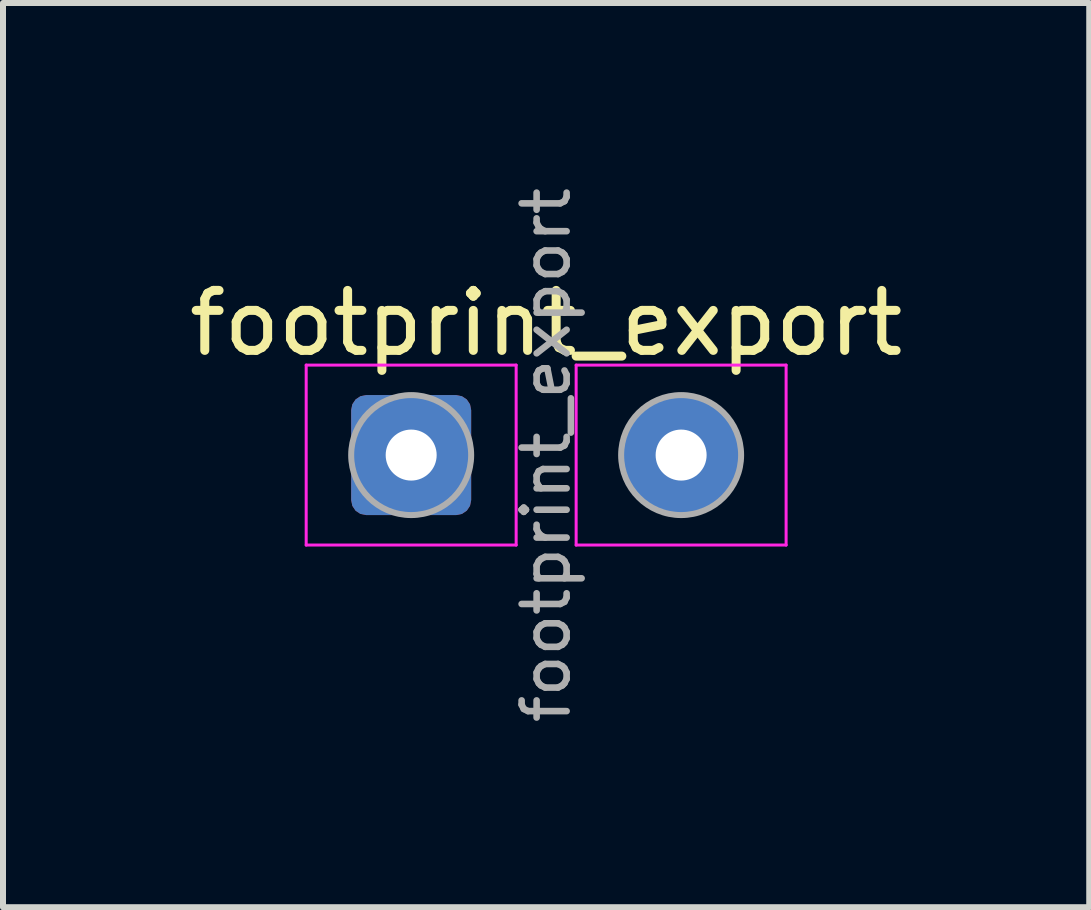
<source format=kicad_pcb>
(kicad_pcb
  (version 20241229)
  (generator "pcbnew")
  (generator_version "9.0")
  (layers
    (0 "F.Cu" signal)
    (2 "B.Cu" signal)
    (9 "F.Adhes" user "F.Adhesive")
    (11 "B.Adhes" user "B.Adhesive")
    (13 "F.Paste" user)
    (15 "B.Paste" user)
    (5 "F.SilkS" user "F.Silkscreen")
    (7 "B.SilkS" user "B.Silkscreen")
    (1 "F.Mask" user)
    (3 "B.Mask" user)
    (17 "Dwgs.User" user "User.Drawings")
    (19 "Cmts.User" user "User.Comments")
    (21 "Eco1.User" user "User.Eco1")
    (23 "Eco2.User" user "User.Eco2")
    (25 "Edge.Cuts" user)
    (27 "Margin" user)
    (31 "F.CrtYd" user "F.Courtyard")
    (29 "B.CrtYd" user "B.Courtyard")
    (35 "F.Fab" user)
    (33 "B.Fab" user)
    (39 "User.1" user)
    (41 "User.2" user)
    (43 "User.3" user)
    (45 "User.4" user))
  (footprint "footprint_export"
    (layer "F.Cu")
    (at 3.804 4.536)
    (property "Reference" "footprint_export" (at 2.25 -2.2 0) (layer "F.SilkS") (effects (font (size 1 1) (thickness 0.15))))
    (attr exclude_from_pos_files exclude_from_bom)
    (fp_line (start -1.75 -1.5) (end -1.75 1.5) (stroke (width 0.05) (type solid)) (layer "F.CrtYd"))
    (fp_line (start -1.75 1.5) (end 1.75 1.5) (stroke (width 0.05) (type solid)) (layer "F.CrtYd"))
    (fp_line (start 1.75 -1.5) (end -1.75 -1.5) (stroke (width 0.05) (type solid)) (layer "F.CrtYd"))
    (fp_line (start 1.75 1.5) (end 1.75 -1.5) (stroke (width 0.05) (type solid)) (layer "F.CrtYd"))
    (fp_line (start 2.75 -1.5) (end 2.75 1.5) (stroke (width 0.05) (type solid)) (layer "F.CrtYd"))
    (fp_line (start 2.75 1.5) (end 6.25 1.5) (stroke (width 0.05) (type solid)) (layer "F.CrtYd"))
    (fp_line (start 6.25 -1.5) (end 2.75 -1.5) (stroke (width 0.05) (type solid)) (layer "F.CrtYd"))
    (fp_line (start 6.25 1.5) (end 6.25 -1.5) (stroke (width 0.05) (type solid)) (layer "F.CrtYd"))
    (fp_circle (center 0 0) (end 1 0) (stroke (width 0.1) (type solid)) (fill no) (layer "F.Fab"))
    (fp_circle (center 4.5 0) (end 5.5 0) (stroke (width 0.1) (type solid)) (fill no) (layer "F.Fab"))
    (fp_text user "${REFERENCE}" (at 2.25 0 90) (layer "F.Fab") (effects (font (size 0.75 0.75) (thickness 0.11))))
    (pad "1" thru_hole roundrect (at 0 0) (size 2 2) (drill 0.85) (layers "*.Cu" "*.Mask") (roundrect_rratio 0.125))
    (pad "2" thru_hole circle (at 4.5 0) (size 2 2) (drill 0.85) (layers "*.Cu" "*.Mask")))
  (gr_rect
    (start -3 -3)
    (end 15.107 12.073)
    (stroke (width 0.1) (type default))
    (fill no)
    (layer "Edge.Cuts")))
</source>
